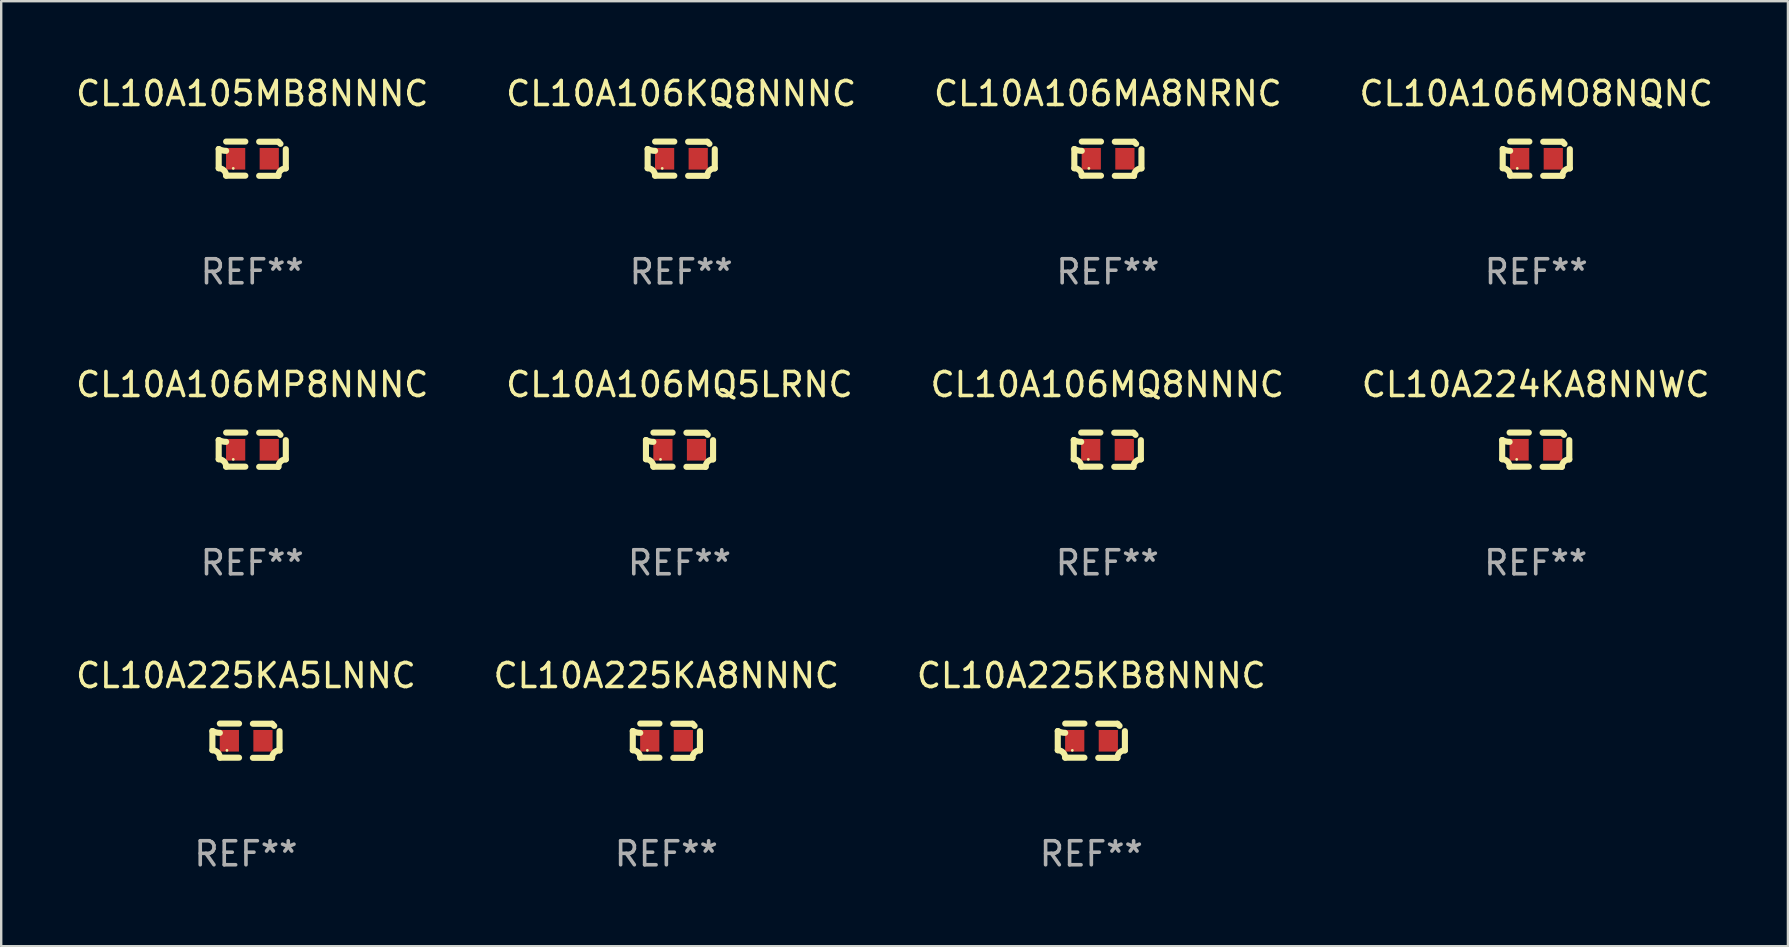
<source format=kicad_pcb>
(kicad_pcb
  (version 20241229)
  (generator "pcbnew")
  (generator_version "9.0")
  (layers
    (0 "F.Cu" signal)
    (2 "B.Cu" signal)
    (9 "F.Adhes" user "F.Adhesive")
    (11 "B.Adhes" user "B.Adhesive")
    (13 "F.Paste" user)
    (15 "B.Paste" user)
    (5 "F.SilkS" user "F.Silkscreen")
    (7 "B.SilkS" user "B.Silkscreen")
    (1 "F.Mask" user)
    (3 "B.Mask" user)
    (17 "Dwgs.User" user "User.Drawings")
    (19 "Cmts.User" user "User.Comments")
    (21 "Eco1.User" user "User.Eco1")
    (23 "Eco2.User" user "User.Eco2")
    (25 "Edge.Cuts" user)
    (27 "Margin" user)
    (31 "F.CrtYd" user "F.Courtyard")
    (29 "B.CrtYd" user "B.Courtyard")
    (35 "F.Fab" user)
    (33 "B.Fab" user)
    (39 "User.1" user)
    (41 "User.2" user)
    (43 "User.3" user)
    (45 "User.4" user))
  (footprint "CL10A225KA5LNNC"
    (layer "F.Cu")
    (at 7.196 27.805)
    (property "Reference" "CL10A225KA5LNNC" (at 0 -2.713 0) (layer "F.SilkS") (effects (font (size 1 1) (thickness 0.15))))
    (attr through_hole)
    (fp_line (start -1.398 -0.403) (end -1.398 0.397) (stroke (width 0.254) (type solid)) (layer "F.SilkS"))
    (fp_line (start -0.288 -0.713) (end -1.088 -0.713) (stroke (width 0.254) (type solid)) (layer "F.SilkS"))
    (fp_line (start -0.288 0.707) (end -1.088 0.707) (stroke (width 0.254) (type solid)) (layer "F.SilkS"))
    (fp_line (start 0.288 -0.707) (end 1.088 -0.707) (stroke (width 0.254) (type solid)) (layer "F.SilkS"))
    (fp_line (start 0.288 0.713) (end 1.088 0.713) (stroke (width 0.254) (type solid)) (layer "F.SilkS"))
    (fp_line (start 1.398 -0.397) (end 1.398 0.403) (stroke (width 0.254) (type solid)) (layer "F.SilkS"))
    (fp_arc (start -1.397789 0.397066) (mid -1.178701 0.487826) (end -1.08796 0.706922) (stroke (width 0.254001) (type solid)) (layer "F.SilkS"))
    (fp_arc (start -1.08796 -0.327176) (mid -1.247436 -0.346384) (end -1.39779 -0.402908) (stroke (width 0.254001) (type solid)) (layer "F.SilkS"))
    (fp_arc (start 1.087909 0.712738) (mid 1.178656 0.493655) (end 1.397739 0.402908) (stroke (width 0.254001) (type solid)) (layer "F.SilkS"))
    (fp_arc (start 1.175925 -0.618926) (mid 1.131917 -0.662923) (end 1.08791 -0.706922) (stroke (width 0.254001) (type solid)) (layer "F.SilkS"))
    (fp_circle (center -0.792 0.403) (end -0.762 0.403) (stroke (width 0.06) (type solid)) (fill no) (layer "F.SilkS"))
    (fp_text user "REF**" (at 0 4.713 0) (layer "F.Fab") (effects (font (size 1 1) (thickness 0.15))))
    (pad "1" smd rect (at -0.692 0.003) (size 0.8 0.9) (layers "F.Cu" "F.Mask" "F.Paste"))
    (pad "2" smd rect (at 0.708 0.003) (size 0.8 0.9) (layers "F.Cu" "F.Mask" "F.Paste")))
  (footprint "CL10A106MA8NRNC"
    (layer "F.Cu")
    (at 43.101 3.561)
    (property "Reference" "CL10A106MA8NRNC" (at 0 -2.713 0) (layer "F.SilkS") (effects (font (size 1 1) (thickness 0.15))))
    (attr through_hole)
    (fp_line (start -1.398 -0.403) (end -1.398 0.397) (stroke (width 0.254) (type solid)) (layer "F.SilkS"))
    (fp_line (start -0.288 -0.713) (end -1.088 -0.713) (stroke (width 0.254) (type solid)) (layer "F.SilkS"))
    (fp_line (start -0.288 0.707) (end -1.088 0.707) (stroke (width 0.254) (type solid)) (layer "F.SilkS"))
    (fp_line (start 0.288 -0.707) (end 1.088 -0.707) (stroke (width 0.254) (type solid)) (layer "F.SilkS"))
    (fp_line (start 0.288 0.713) (end 1.088 0.713) (stroke (width 0.254) (type solid)) (layer "F.SilkS"))
    (fp_line (start 1.398 -0.397) (end 1.398 0.403) (stroke (width 0.254) (type solid)) (layer "F.SilkS"))
    (fp_arc (start -1.397789 0.397066) (mid -1.178701 0.487826) (end -1.08796 0.706922) (stroke (width 0.254001) (type solid)) (layer "F.SilkS"))
    (fp_arc (start -1.08796 -0.327176) (mid -1.247436 -0.346384) (end -1.39779 -0.402908) (stroke (width 0.254001) (type solid)) (layer "F.SilkS"))
    (fp_arc (start 1.087909 0.712738) (mid 1.178656 0.493655) (end 1.397739 0.402908) (stroke (width 0.254001) (type solid)) (layer "F.SilkS"))
    (fp_arc (start 1.175925 -0.618926) (mid 1.131917 -0.662923) (end 1.08791 -0.706922) (stroke (width 0.254001) (type solid)) (layer "F.SilkS"))
    (fp_circle (center -0.792 0.403) (end -0.762 0.403) (stroke (width 0.06) (type solid)) (fill no) (layer "F.SilkS"))
    (fp_text user "REF**" (at 0 4.713 0) (layer "F.Fab") (effects (font (size 1 1) (thickness 0.15))))
    (pad "1" smd rect (at -0.692 0.003) (size 0.8 0.9) (layers "F.Cu" "F.Mask" "F.Paste"))
    (pad "2" smd rect (at 0.708 0.003) (size 0.8 0.9) (layers "F.Cu" "F.Mask" "F.Paste")))
  (footprint "CL10A106MP8NNNC"
    (layer "F.Cu")
    (at 7.458 15.683)
    (property "Reference" "CL10A106MP8NNNC" (at 0 -2.713 0) (layer "F.SilkS") (effects (font (size 1 1) (thickness 0.15))))
    (attr through_hole)
    (fp_line (start -1.398 -0.403) (end -1.398 0.397) (stroke (width 0.254) (type solid)) (layer "F.SilkS"))
    (fp_line (start -0.288 -0.713) (end -1.088 -0.713) (stroke (width 0.254) (type solid)) (layer "F.SilkS"))
    (fp_line (start -0.288 0.707) (end -1.088 0.707) (stroke (width 0.254) (type solid)) (layer "F.SilkS"))
    (fp_line (start 0.288 -0.707) (end 1.088 -0.707) (stroke (width 0.254) (type solid)) (layer "F.SilkS"))
    (fp_line (start 0.288 0.713) (end 1.088 0.713) (stroke (width 0.254) (type solid)) (layer "F.SilkS"))
    (fp_line (start 1.398 -0.397) (end 1.398 0.403) (stroke (width 0.254) (type solid)) (layer "F.SilkS"))
    (fp_arc (start -1.397789 0.397066) (mid -1.178701 0.487826) (end -1.08796 0.706922) (stroke (width 0.254001) (type solid)) (layer "F.SilkS"))
    (fp_arc (start -1.08796 -0.327176) (mid -1.247436 -0.346384) (end -1.39779 -0.402908) (stroke (width 0.254001) (type solid)) (layer "F.SilkS"))
    (fp_arc (start 1.087909 0.712738) (mid 1.178656 0.493655) (end 1.397739 0.402908) (stroke (width 0.254001) (type solid)) (layer "F.SilkS"))
    (fp_arc (start 1.175925 -0.618926) (mid 1.131917 -0.662923) (end 1.08791 -0.706922) (stroke (width 0.254001) (type solid)) (layer "F.SilkS"))
    (fp_circle (center -0.792 0.403) (end -0.762 0.403) (stroke (width 0.06) (type solid)) (fill no) (layer "F.SilkS"))
    (fp_text user "REF**" (at 0 4.713 0) (layer "F.Fab") (effects (font (size 1 1) (thickness 0.15))))
    (pad "1" smd rect (at -0.692 0.003) (size 0.8 0.9) (layers "F.Cu" "F.Mask" "F.Paste"))
    (pad "2" smd rect (at 0.708 0.003) (size 0.8 0.9) (layers "F.Cu" "F.Mask" "F.Paste")))
  (footprint "CL10A106MQ5LRNC"
    (layer "F.Cu")
    (at 25.256 15.683)
    (property "Reference" "CL10A106MQ5LRNC" (at 0 -2.713 0) (layer "F.SilkS") (effects (font (size 1 1) (thickness 0.15))))
    (attr through_hole)
    (fp_line (start -1.398 -0.403) (end -1.398 0.397) (stroke (width 0.254) (type solid)) (layer "F.SilkS"))
    (fp_line (start -0.288 -0.713) (end -1.088 -0.713) (stroke (width 0.254) (type solid)) (layer "F.SilkS"))
    (fp_line (start -0.288 0.707) (end -1.088 0.707) (stroke (width 0.254) (type solid)) (layer "F.SilkS"))
    (fp_line (start 0.288 -0.707) (end 1.088 -0.707) (stroke (width 0.254) (type solid)) (layer "F.SilkS"))
    (fp_line (start 0.288 0.713) (end 1.088 0.713) (stroke (width 0.254) (type solid)) (layer "F.SilkS"))
    (fp_line (start 1.398 -0.397) (end 1.398 0.403) (stroke (width 0.254) (type solid)) (layer "F.SilkS"))
    (fp_arc (start -1.397789 0.397066) (mid -1.178701 0.487826) (end -1.08796 0.706922) (stroke (width 0.254001) (type solid)) (layer "F.SilkS"))
    (fp_arc (start -1.08796 -0.327176) (mid -1.247436 -0.346384) (end -1.39779 -0.402908) (stroke (width 0.254001) (type solid)) (layer "F.SilkS"))
    (fp_arc (start 1.087909 0.712738) (mid 1.178656 0.493655) (end 1.397739 0.402908) (stroke (width 0.254001) (type solid)) (layer "F.SilkS"))
    (fp_arc (start 1.175925 -0.618926) (mid 1.131917 -0.662923) (end 1.08791 -0.706922) (stroke (width 0.254001) (type solid)) (layer "F.SilkS"))
    (fp_circle (center -0.792 0.403) (end -0.762 0.403) (stroke (width 0.06) (type solid)) (fill no) (layer "F.SilkS"))
    (fp_text user "REF**" (at 0 4.713 0) (layer "F.Fab") (effects (font (size 1 1) (thickness 0.15))))
    (pad "1" smd rect (at -0.692 0.003) (size 0.8 0.9) (layers "F.Cu" "F.Mask" "F.Paste"))
    (pad "2" smd rect (at 0.708 0.003) (size 0.8 0.9) (layers "F.Cu" "F.Mask" "F.Paste")))
  (footprint "CL10A225KB8NNNC"
    (layer "F.Cu")
    (at 42.411 27.805)
    (property "Reference" "CL10A225KB8NNNC" (at 0 -2.713 0) (layer "F.SilkS") (effects (font (size 1 1) (thickness 0.15))))
    (attr through_hole)
    (fp_line (start -1.398 -0.403) (end -1.398 0.397) (stroke (width 0.254) (type solid)) (layer "F.SilkS"))
    (fp_line (start -0.288 -0.713) (end -1.088 -0.713) (stroke (width 0.254) (type solid)) (layer "F.SilkS"))
    (fp_line (start -0.288 0.707) (end -1.088 0.707) (stroke (width 0.254) (type solid)) (layer "F.SilkS"))
    (fp_line (start 0.288 -0.707) (end 1.088 -0.707) (stroke (width 0.254) (type solid)) (layer "F.SilkS"))
    (fp_line (start 0.288 0.713) (end 1.088 0.713) (stroke (width 0.254) (type solid)) (layer "F.SilkS"))
    (fp_line (start 1.398 -0.397) (end 1.398 0.403) (stroke (width 0.254) (type solid)) (layer "F.SilkS"))
    (fp_arc (start -1.397789 0.397066) (mid -1.178701 0.487826) (end -1.08796 0.706922) (stroke (width 0.254001) (type solid)) (layer "F.SilkS"))
    (fp_arc (start -1.08796 -0.327176) (mid -1.247436 -0.346384) (end -1.39779 -0.402908) (stroke (width 0.254001) (type solid)) (layer "F.SilkS"))
    (fp_arc (start 1.087909 0.712738) (mid 1.178656 0.493655) (end 1.397739 0.402908) (stroke (width 0.254001) (type solid)) (layer "F.SilkS"))
    (fp_arc (start 1.175925 -0.618926) (mid 1.131917 -0.662923) (end 1.08791 -0.706922) (stroke (width 0.254001) (type solid)) (layer "F.SilkS"))
    (fp_circle (center -0.792 0.403) (end -0.762 0.403) (stroke (width 0.06) (type solid)) (fill no) (layer "F.SilkS"))
    (fp_text user "REF**" (at 0 4.713 0) (layer "F.Fab") (effects (font (size 1 1) (thickness 0.15))))
    (pad "1" smd rect (at -0.692 0.003) (size 0.8 0.9) (layers "F.Cu" "F.Mask" "F.Paste"))
    (pad "2" smd rect (at 0.708 0.003) (size 0.8 0.9) (layers "F.Cu" "F.Mask" "F.Paste")))
  (footprint "CL10A225KA8NNNC"
    (layer "F.Cu")
    (at 24.708 27.805)
    (property "Reference" "CL10A225KA8NNNC" (at 0 -2.713 0) (layer "F.SilkS") (effects (font (size 1 1) (thickness 0.15))))
    (attr through_hole)
    (fp_line (start -1.398 -0.403) (end -1.398 0.397) (stroke (width 0.254) (type solid)) (layer "F.SilkS"))
    (fp_line (start -0.288 -0.713) (end -1.088 -0.713) (stroke (width 0.254) (type solid)) (layer "F.SilkS"))
    (fp_line (start -0.288 0.707) (end -1.088 0.707) (stroke (width 0.254) (type solid)) (layer "F.SilkS"))
    (fp_line (start 0.288 -0.707) (end 1.088 -0.707) (stroke (width 0.254) (type solid)) (layer "F.SilkS"))
    (fp_line (start 0.288 0.713) (end 1.088 0.713) (stroke (width 0.254) (type solid)) (layer "F.SilkS"))
    (fp_line (start 1.398 -0.397) (end 1.398 0.403) (stroke (width 0.254) (type solid)) (layer "F.SilkS"))
    (fp_arc (start -1.397789 0.397066) (mid -1.178701 0.487826) (end -1.08796 0.706922) (stroke (width 0.254001) (type solid)) (layer "F.SilkS"))
    (fp_arc (start -1.08796 -0.327176) (mid -1.247436 -0.346384) (end -1.39779 -0.402908) (stroke (width 0.254001) (type solid)) (layer "F.SilkS"))
    (fp_arc (start 1.087909 0.712738) (mid 1.178656 0.493655) (end 1.397739 0.402908) (stroke (width 0.254001) (type solid)) (layer "F.SilkS"))
    (fp_arc (start 1.175925 -0.618926) (mid 1.131917 -0.662923) (end 1.08791 -0.706922) (stroke (width 0.254001) (type solid)) (layer "F.SilkS"))
    (fp_circle (center -0.792 0.403) (end -0.762 0.403) (stroke (width 0.06) (type solid)) (fill no) (layer "F.SilkS"))
    (fp_text user "REF**" (at 0 4.713 0) (layer "F.Fab") (effects (font (size 1 1) (thickness 0.15))))
    (pad "1" smd rect (at -0.692 0.003) (size 0.8 0.9) (layers "F.Cu" "F.Mask" "F.Paste"))
    (pad "2" smd rect (at 0.708 0.003) (size 0.8 0.9) (layers "F.Cu" "F.Mask" "F.Paste")))
  (footprint "CL10A224KA8NNWC"
    (layer "F.Cu")
    (at 60.923 15.683)
    (property "Reference" "CL10A224KA8NNWC" (at 0 -2.713 0) (layer "F.SilkS") (effects (font (size 1 1) (thickness 0.15))))
    (attr through_hole)
    (fp_line (start -1.398 -0.403) (end -1.398 0.397) (stroke (width 0.254) (type solid)) (layer "F.SilkS"))
    (fp_line (start -0.288 -0.713) (end -1.088 -0.713) (stroke (width 0.254) (type solid)) (layer "F.SilkS"))
    (fp_line (start -0.288 0.707) (end -1.088 0.707) (stroke (width 0.254) (type solid)) (layer "F.SilkS"))
    (fp_line (start 0.288 -0.707) (end 1.088 -0.707) (stroke (width 0.254) (type solid)) (layer "F.SilkS"))
    (fp_line (start 0.288 0.713) (end 1.088 0.713) (stroke (width 0.254) (type solid)) (layer "F.SilkS"))
    (fp_line (start 1.398 -0.397) (end 1.398 0.403) (stroke (width 0.254) (type solid)) (layer "F.SilkS"))
    (fp_arc (start -1.397789 0.397066) (mid -1.178701 0.487826) (end -1.08796 0.706922) (stroke (width 0.254001) (type solid)) (layer "F.SilkS"))
    (fp_arc (start -1.08796 -0.327176) (mid -1.247436 -0.346384) (end -1.39779 -0.402908) (stroke (width 0.254001) (type solid)) (layer "F.SilkS"))
    (fp_arc (start 1.087909 0.712738) (mid 1.178656 0.493655) (end 1.397739 0.402908) (stroke (width 0.254001) (type solid)) (layer "F.SilkS"))
    (fp_arc (start 1.175925 -0.618926) (mid 1.131917 -0.662923) (end 1.08791 -0.706922) (stroke (width 0.254001) (type solid)) (layer "F.SilkS"))
    (fp_circle (center -0.792 0.403) (end -0.762 0.403) (stroke (width 0.06) (type solid)) (fill no) (layer "F.SilkS"))
    (fp_text user "REF**" (at 0 4.713 0) (layer "F.Fab") (effects (font (size 1 1) (thickness 0.15))))
    (pad "1" smd rect (at -0.692 0.003) (size 0.8 0.9) (layers "F.Cu" "F.Mask" "F.Paste"))
    (pad "2" smd rect (at 0.708 0.003) (size 0.8 0.9) (layers "F.Cu" "F.Mask" "F.Paste")))
  (footprint "CL10A106KQ8NNNC"
    (layer "F.Cu")
    (at 25.327 3.561)
    (property "Reference" "CL10A106KQ8NNNC" (at 0 -2.713 0) (layer "F.SilkS") (effects (font (size 1 1) (thickness 0.15))))
    (attr through_hole)
    (fp_line (start -1.398 -0.403) (end -1.398 0.397) (stroke (width 0.254) (type solid)) (layer "F.SilkS"))
    (fp_line (start -0.288 -0.713) (end -1.088 -0.713) (stroke (width 0.254) (type solid)) (layer "F.SilkS"))
    (fp_line (start -0.288 0.707) (end -1.088 0.707) (stroke (width 0.254) (type solid)) (layer "F.SilkS"))
    (fp_line (start 0.288 -0.707) (end 1.088 -0.707) (stroke (width 0.254) (type solid)) (layer "F.SilkS"))
    (fp_line (start 0.288 0.713) (end 1.088 0.713) (stroke (width 0.254) (type solid)) (layer "F.SilkS"))
    (fp_line (start 1.398 -0.397) (end 1.398 0.403) (stroke (width 0.254) (type solid)) (layer "F.SilkS"))
    (fp_arc (start -1.397789 0.397066) (mid -1.178701 0.487826) (end -1.08796 0.706922) (stroke (width 0.254001) (type solid)) (layer "F.SilkS"))
    (fp_arc (start -1.08796 -0.327176) (mid -1.247436 -0.346384) (end -1.39779 -0.402908) (stroke (width 0.254001) (type solid)) (layer "F.SilkS"))
    (fp_arc (start 1.087909 0.712738) (mid 1.178656 0.493655) (end 1.397739 0.402908) (stroke (width 0.254001) (type solid)) (layer "F.SilkS"))
    (fp_arc (start 1.175925 -0.618926) (mid 1.131917 -0.662923) (end 1.08791 -0.706922) (stroke (width 0.254001) (type solid)) (layer "F.SilkS"))
    (fp_circle (center -0.792 0.403) (end -0.762 0.403) (stroke (width 0.06) (type solid)) (fill no) (layer "F.SilkS"))
    (fp_text user "REF**" (at 0 4.713 0) (layer "F.Fab") (effects (font (size 1 1) (thickness 0.15))))
    (pad "1" smd rect (at -0.692 0.003) (size 0.8 0.9) (layers "F.Cu" "F.Mask" "F.Paste"))
    (pad "2" smd rect (at 0.708 0.003) (size 0.8 0.9) (layers "F.Cu" "F.Mask" "F.Paste")))
  (footprint "CL10A106MQ8NNNC"
    (layer "F.Cu")
    (at 43.077 15.683)
    (property "Reference" "CL10A106MQ8NNNC" (at 0 -2.713 0) (layer "F.SilkS") (effects (font (size 1 1) (thickness 0.15))))
    (attr through_hole)
    (fp_line (start -1.398 -0.403) (end -1.398 0.397) (stroke (width 0.254) (type solid)) (layer "F.SilkS"))
    (fp_line (start -0.288 -0.713) (end -1.088 -0.713) (stroke (width 0.254) (type solid)) (layer "F.SilkS"))
    (fp_line (start -0.288 0.707) (end -1.088 0.707) (stroke (width 0.254) (type solid)) (layer "F.SilkS"))
    (fp_line (start 0.288 -0.707) (end 1.088 -0.707) (stroke (width 0.254) (type solid)) (layer "F.SilkS"))
    (fp_line (start 0.288 0.713) (end 1.088 0.713) (stroke (width 0.254) (type solid)) (layer "F.SilkS"))
    (fp_line (start 1.398 -0.397) (end 1.398 0.403) (stroke (width 0.254) (type solid)) (layer "F.SilkS"))
    (fp_arc (start -1.397789 0.397066) (mid -1.178701 0.487826) (end -1.08796 0.706922) (stroke (width 0.254001) (type solid)) (layer "F.SilkS"))
    (fp_arc (start -1.08796 -0.327176) (mid -1.247436 -0.346384) (end -1.39779 -0.402908) (stroke (width 0.254001) (type solid)) (layer "F.SilkS"))
    (fp_arc (start 1.087909 0.712738) (mid 1.178656 0.493655) (end 1.397739 0.402908) (stroke (width 0.254001) (type solid)) (layer "F.SilkS"))
    (fp_arc (start 1.175925 -0.618926) (mid 1.131917 -0.662923) (end 1.08791 -0.706922) (stroke (width 0.254001) (type solid)) (layer "F.SilkS"))
    (fp_circle (center -0.792 0.403) (end -0.762 0.403) (stroke (width 0.06) (type solid)) (fill no) (layer "F.SilkS"))
    (fp_text user "REF**" (at 0 4.713 0) (layer "F.Fab") (effects (font (size 1 1) (thickness 0.15))))
    (pad "1" smd rect (at -0.692 0.003) (size 0.8 0.9) (layers "F.Cu" "F.Mask" "F.Paste"))
    (pad "2" smd rect (at 0.708 0.003) (size 0.8 0.9) (layers "F.Cu" "F.Mask" "F.Paste")))
  (footprint "CL10A105MB8NNNC"
    (layer "F.Cu")
    (at 7.458 3.561)
    (property "Reference" "CL10A105MB8NNNC" (at 0 -2.713 0) (layer "F.SilkS") (effects (font (size 1 1) (thickness 0.15))))
    (attr through_hole)
    (fp_line (start -1.398 -0.403) (end -1.398 0.397) (stroke (width 0.254) (type solid)) (layer "F.SilkS"))
    (fp_line (start -0.288 -0.713) (end -1.088 -0.713) (stroke (width 0.254) (type solid)) (layer "F.SilkS"))
    (fp_line (start -0.288 0.707) (end -1.088 0.707) (stroke (width 0.254) (type solid)) (layer "F.SilkS"))
    (fp_line (start 0.288 -0.707) (end 1.088 -0.707) (stroke (width 0.254) (type solid)) (layer "F.SilkS"))
    (fp_line (start 0.288 0.713) (end 1.088 0.713) (stroke (width 0.254) (type solid)) (layer "F.SilkS"))
    (fp_line (start 1.398 -0.397) (end 1.398 0.403) (stroke (width 0.254) (type solid)) (layer "F.SilkS"))
    (fp_arc (start -1.397789 0.397066) (mid -1.178701 0.487826) (end -1.08796 0.706922) (stroke (width 0.254001) (type solid)) (layer "F.SilkS"))
    (fp_arc (start -1.08796 -0.327176) (mid -1.247436 -0.346384) (end -1.39779 -0.402908) (stroke (width 0.254001) (type solid)) (layer "F.SilkS"))
    (fp_arc (start 1.087909 0.712738) (mid 1.178656 0.493655) (end 1.397739 0.402908) (stroke (width 0.254001) (type solid)) (layer "F.SilkS"))
    (fp_arc (start 1.175925 -0.618926) (mid 1.131917 -0.662923) (end 1.08791 -0.706922) (stroke (width 0.254001) (type solid)) (layer "F.SilkS"))
    (fp_circle (center -0.792 0.403) (end -0.762 0.403) (stroke (width 0.06) (type solid)) (fill no) (layer "F.SilkS"))
    (fp_text user "REF**" (at 0 4.713 0) (layer "F.Fab") (effects (font (size 1 1) (thickness 0.15))))
    (pad "1" smd rect (at -0.692 0.003) (size 0.8 0.9) (layers "F.Cu" "F.Mask" "F.Paste"))
    (pad "2" smd rect (at 0.708 0.003) (size 0.8 0.9) (layers "F.Cu" "F.Mask" "F.Paste")))
  (footprint "CL10A106MO8NQNC"
    (layer "F.Cu")
    (at 60.946 3.561)
    (property "Reference" "CL10A106MO8NQNC" (at 0 -2.713 0) (layer "F.SilkS") (effects (font (size 1 1) (thickness 0.15))))
    (attr through_hole)
    (fp_line (start -1.398 -0.403) (end -1.398 0.397) (stroke (width 0.254) (type solid)) (layer "F.SilkS"))
    (fp_line (start -0.288 -0.713) (end -1.088 -0.713) (stroke (width 0.254) (type solid)) (layer "F.SilkS"))
    (fp_line (start -0.288 0.707) (end -1.088 0.707) (stroke (width 0.254) (type solid)) (layer "F.SilkS"))
    (fp_line (start 0.288 -0.707) (end 1.088 -0.707) (stroke (width 0.254) (type solid)) (layer "F.SilkS"))
    (fp_line (start 0.288 0.713) (end 1.088 0.713) (stroke (width 0.254) (type solid)) (layer "F.SilkS"))
    (fp_line (start 1.398 -0.397) (end 1.398 0.403) (stroke (width 0.254) (type solid)) (layer "F.SilkS"))
    (fp_arc (start -1.397789 0.397066) (mid -1.178701 0.487826) (end -1.08796 0.706922) (stroke (width 0.254001) (type solid)) (layer "F.SilkS"))
    (fp_arc (start -1.08796 -0.327176) (mid -1.247436 -0.346384) (end -1.39779 -0.402908) (stroke (width 0.254001) (type solid)) (layer "F.SilkS"))
    (fp_arc (start 1.087909 0.712738) (mid 1.178656 0.493655) (end 1.397739 0.402908) (stroke (width 0.254001) (type solid)) (layer "F.SilkS"))
    (fp_arc (start 1.175925 -0.618926) (mid 1.131917 -0.662923) (end 1.08791 -0.706922) (stroke (width 0.254001) (type solid)) (layer "F.SilkS"))
    (fp_circle (center -0.792 0.403) (end -0.762 0.403) (stroke (width 0.06) (type solid)) (fill no) (layer "F.SilkS"))
    (fp_text user "REF**" (at 0 4.713 0) (layer "F.Fab") (effects (font (size 1 1) (thickness 0.15))))
    (pad "1" smd rect (at -0.692 0.003) (size 0.8 0.9) (layers "F.Cu" "F.Mask" "F.Paste"))
    (pad "2" smd rect (at 0.708 0.003) (size 0.8 0.9) (layers "F.Cu" "F.Mask" "F.Paste")))
  (gr_rect
    (start -3 -3)
    (end 71.429 36.366)
    (stroke (width 0.1) (type default))
    (fill no)
    (layer "Edge.Cuts")))
</source>
